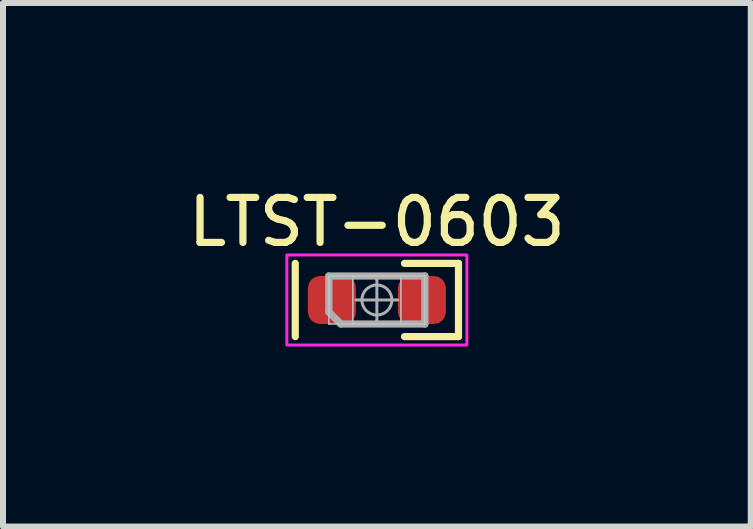
<source format=kicad_pcb>
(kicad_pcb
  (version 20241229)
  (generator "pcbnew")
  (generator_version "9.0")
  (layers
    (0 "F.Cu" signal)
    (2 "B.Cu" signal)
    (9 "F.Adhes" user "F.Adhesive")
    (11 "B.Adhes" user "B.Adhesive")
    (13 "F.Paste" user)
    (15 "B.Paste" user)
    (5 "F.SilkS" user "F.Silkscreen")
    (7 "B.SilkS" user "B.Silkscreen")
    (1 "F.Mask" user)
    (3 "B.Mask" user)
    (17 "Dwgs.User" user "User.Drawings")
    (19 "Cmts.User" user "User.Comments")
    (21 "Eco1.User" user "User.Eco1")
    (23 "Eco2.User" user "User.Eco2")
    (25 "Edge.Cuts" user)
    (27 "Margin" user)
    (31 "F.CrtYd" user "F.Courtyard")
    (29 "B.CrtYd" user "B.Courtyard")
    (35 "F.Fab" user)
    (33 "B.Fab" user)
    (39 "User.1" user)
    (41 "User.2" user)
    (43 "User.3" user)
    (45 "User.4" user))
  (footprint "LTST-0603"
    (layer "F.Cu")
    (at 3.23 1.949)
    (property "Reference" "LTST-0603" (at 0 -1.3 0) (layer "F.SilkS") (effects (font (size 0.75 0.75) (thickness 0.12))))
    (attr smd)
    (fp_line (start -1.36 0.61) (end -1.36 -0.61) (stroke (width 0.12) (type solid)) (layer "F.SilkS"))
    (fp_line (start 0.46 -0.61) (end 1.36 -0.61) (stroke (width 0.12) (type solid)) (layer "F.SilkS"))
    (fp_line (start 0.46 0.61) (end 1.36 0.61) (stroke (width 0.12) (type solid)) (layer "F.SilkS"))
    (fp_line (start 1.36 0.61) (end 1.36 -0.61) (stroke (width 0.12) (type solid)) (layer "F.SilkS"))
    (fp_line (start -0.8 -0.4) (end -0.8 0.4) (stroke (width 0.025) (type solid)) (layer "Dwgs.User"))
    (fp_line (start -0.8 -0.4) (end 0.8 -0.4) (stroke (width 0.025) (type solid)) (layer "Dwgs.User"))
    (fp_line (start -0.4 -0.4) (end -0.4 0.4) (stroke (width 0.025) (type solid)) (layer "Dwgs.User"))
    (fp_line (start 0.4 0.4) (end 0.4 -0.4) (stroke (width 0.025) (type solid)) (layer "Dwgs.User"))
    (fp_line (start 0.8 -0.4) (end 0.8 0.4) (stroke (width 0.025) (type solid)) (layer "Dwgs.User"))
    (fp_line (start 0.8 0.4) (end -0.8 0.4) (stroke (width 0.025) (type solid)) (layer "Dwgs.User"))
    (fp_rect (start -1.5 -0.75) (end 1.5 0.75) (stroke (width 0.05) (type default)) (fill no) (layer "F.CrtYd"))
    (fp_line (start -0.8 -0.4) (end -0.8 0.2) (stroke (width 0.12) (type solid)) (layer "F.Fab"))
    (fp_line (start -0.8 0.2) (end -0.6 0.4) (stroke (width 0.12) (type solid)) (layer "F.Fab"))
    (fp_line (start -0.6 0.4) (end 0.8 0.4) (stroke (width 0.12) (type solid)) (layer "F.Fab"))
    (fp_line (start 0 -0.35) (end 0 0.35) (stroke (width 0.05) (type solid)) (layer "F.Fab"))
    (fp_line (start 0.35 0) (end -0.35 0) (stroke (width 0.05) (type solid)) (layer "F.Fab"))
    (fp_line (start 0.8 -0.4) (end -0.8 -0.4) (stroke (width 0.12) (type solid)) (layer "F.Fab"))
    (fp_line (start 0.8 0.4) (end 0.8 -0.4) (stroke (width 0.12) (type solid)) (layer "F.Fab"))
    (fp_circle (center 0 0) (end 0.25 0) (stroke (width 0.05) (type solid)) (fill no) (layer "F.Fab"))
    (pad "1" smd roundrect (at 0.75 0) (size 0.8 0.8) (layers "F.Cu" "F.Mask" "F.Paste") (roundrect_rratio 0.25))
    (pad "2" smd roundrect (at -0.75 0) (size 0.8 0.8) (layers "F.Cu" "F.Mask" "F.Paste") (roundrect_rratio 0.25)))
  (gr_rect
    (start -3 -3)
    (end 9.46 5.724)
    (stroke (width 0.1) (type default))
    (fill no)
    (layer "Edge.Cuts")))
</source>
